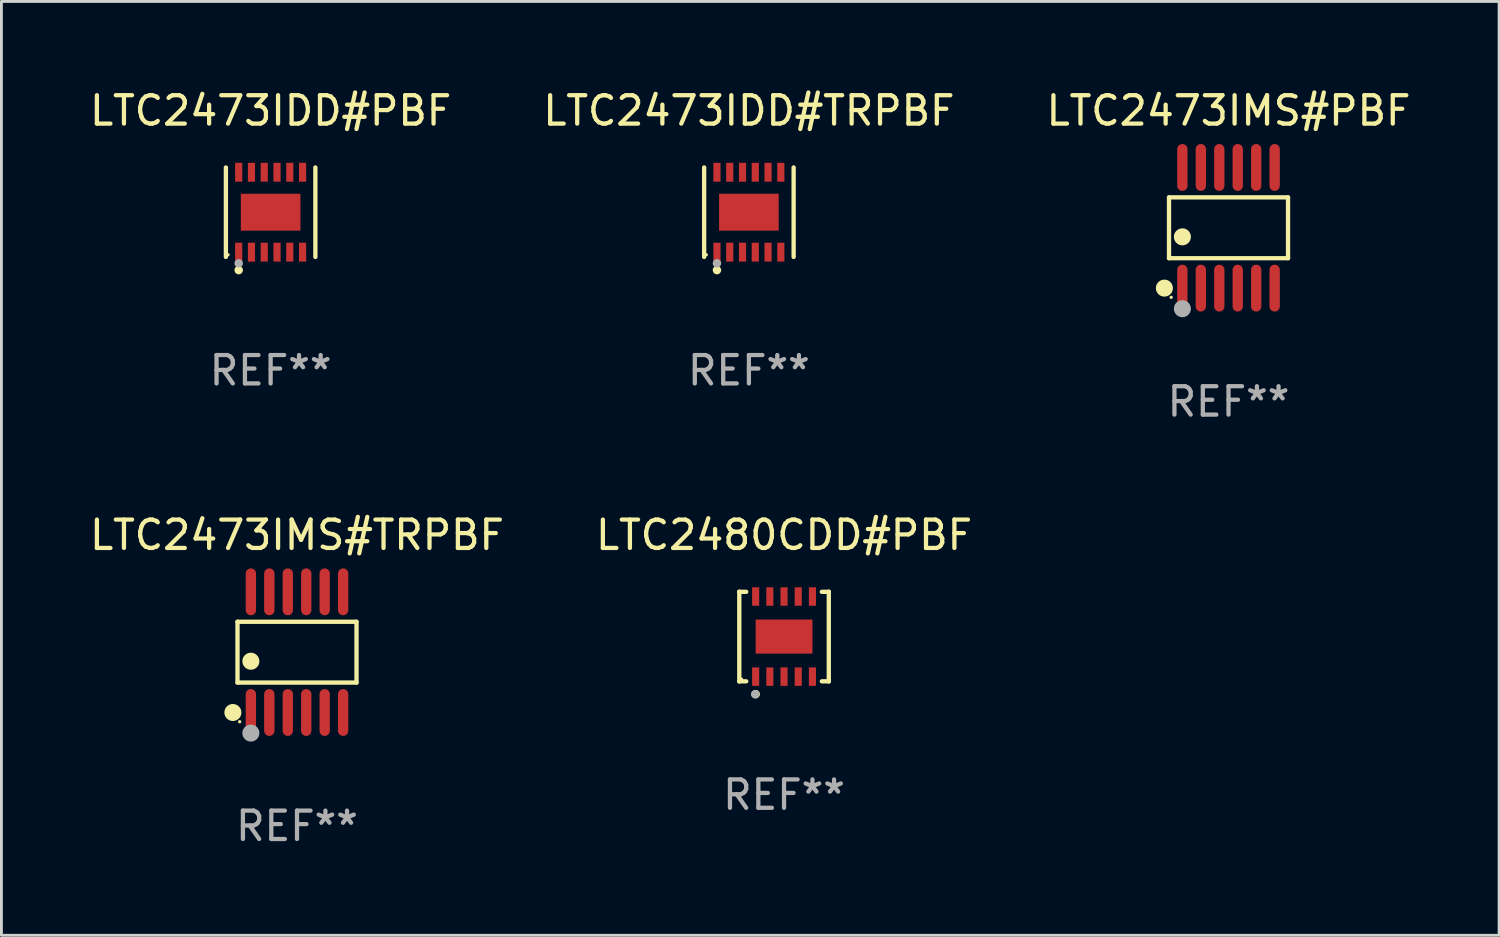
<source format=kicad_pcb>
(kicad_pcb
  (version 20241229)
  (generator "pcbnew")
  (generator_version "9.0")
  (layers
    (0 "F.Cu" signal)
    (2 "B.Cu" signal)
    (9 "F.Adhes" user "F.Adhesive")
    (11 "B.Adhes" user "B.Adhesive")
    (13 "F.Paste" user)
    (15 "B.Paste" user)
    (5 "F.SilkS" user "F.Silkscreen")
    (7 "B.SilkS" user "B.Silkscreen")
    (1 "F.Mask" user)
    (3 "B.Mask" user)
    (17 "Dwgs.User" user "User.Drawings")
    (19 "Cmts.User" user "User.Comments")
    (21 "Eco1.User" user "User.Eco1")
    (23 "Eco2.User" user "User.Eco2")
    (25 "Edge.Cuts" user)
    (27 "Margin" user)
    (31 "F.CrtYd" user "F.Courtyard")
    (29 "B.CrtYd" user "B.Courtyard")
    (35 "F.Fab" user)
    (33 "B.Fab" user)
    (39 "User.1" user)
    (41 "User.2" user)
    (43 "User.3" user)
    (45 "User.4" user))
  (footprint "LTC2473IDD#PBF"
    (layer "F.Cu")
    (at 6.482 4.424)
    (property "Reference" "LTC2473IDD#PBF" (at 0 -3.576 0) (layer "F.SilkS") (effects (font (size 1 1) (thickness 0.15))))
    (attr through_hole)
    (fp_line (start -1.576 1.576) (end -1.576 -1.576) (stroke (width 0.152) (type solid)) (layer "F.SilkS"))
    (fp_line (start 1.576 1.576) (end 1.576 -1.576) (stroke (width 0.152) (type solid)) (layer "F.SilkS"))
    (fp_circle (center -1.5 1.5) (end -1.47 1.5) (stroke (width 0.06) (type solid)) (fill no) (layer "F.SilkS"))
    (fp_circle (center -1.125 2.04) (end -1.05 2.04) (stroke (width 0.15) (type solid)) (fill no) (layer "F.SilkS"))
    (fp_circle (center -1.125 1.8) (end -1.05 1.8) (stroke (width 0.15) (type solid)) (fill no) (layer "F.Fab"))
    (fp_text user "REF**" (at 0 5.576 0) (layer "F.Fab") (effects (font (size 1 1) (thickness 0.15))))
    (pad "1" smd rect (at -1.125 1.407) (size 0.252 0.665) (layers "F.Cu" "F.Mask" "F.Paste"))
    (pad "2" smd rect (at -0.675 1.407) (size 0.252 0.665) (layers "F.Cu" "F.Mask" "F.Paste"))
    (pad "3" smd rect (at -0.225 1.407) (size 0.252 0.665) (layers "F.Cu" "F.Mask" "F.Paste"))
    (pad "4" smd rect (at 0.225 1.407) (size 0.252 0.665) (layers "F.Cu" "F.Mask" "F.Paste"))
    (pad "5" smd rect (at 0.675 1.407) (size 0.252 0.665) (layers "F.Cu" "F.Mask" "F.Paste"))
    (pad "6" smd rect (at 1.125 1.407) (size 0.252 0.665) (layers "F.Cu" "F.Mask" "F.Paste"))
    (pad "7" smd rect (at 1.125 -1.407) (size 0.252 0.665) (layers "F.Cu" "F.Mask" "F.Paste"))
    (pad "8" smd rect (at 0.675 -1.407) (size 0.252 0.665) (layers "F.Cu" "F.Mask" "F.Paste"))
    (pad "9" smd rect (at 0.225 -1.407) (size 0.252 0.665) (layers "F.Cu" "F.Mask" "F.Paste"))
    (pad "10" smd rect (at -0.225 -1.407) (size 0.252 0.665) (layers "F.Cu" "F.Mask" "F.Paste"))
    (pad "11" smd rect (at -0.675 -1.407) (size 0.252 0.665) (layers "F.Cu" "F.Mask" "F.Paste"))
    (pad "12" smd rect (at -1.125 -1.407) (size 0.252 0.665) (layers "F.Cu" "F.Mask" "F.Paste"))
    (pad "13" smd rect (at 0 0) (size 2.1 1.3) (layers "F.Cu" "F.Mask" "F.Paste")))
  (footprint "LTC2473IMS#PBF"
    (layer "F.Cu")
    (at 40.22 4.973)
    (property "Reference" "LTC2473IMS#PBF" (at 0 -4.125 0) (layer "F.SilkS") (effects (font (size 1 1) (thickness 0.15))))
    (attr through_hole)
    (fp_line (start -2.096 -1.071) (end 2.096 -1.071) (stroke (width 0.152) (type solid)) (layer "F.SilkS"))
    (fp_line (start -2.096 1.071) (end -2.096 -1.071) (stroke (width 0.152) (type solid)) (layer "F.SilkS"))
    (fp_line (start 2.096 -1.071) (end 2.096 1.071) (stroke (width 0.152) (type solid)) (layer "F.SilkS"))
    (fp_line (start 2.096 1.071) (end -2.096 1.071) (stroke (width 0.152) (type solid)) (layer "F.SilkS"))
    (fp_circle (center -2.259 2.125) (end -2.109 2.125) (stroke (width 0.3) (type solid)) (fill no) (layer "F.SilkS"))
    (fp_circle (center -2.02 2.45) (end -1.99 2.45) (stroke (width 0.06) (type solid)) (fill no) (layer "F.SilkS"))
    (fp_circle (center -1.625 0.319) (end -1.475 0.319) (stroke (width 0.3) (type solid)) (fill no) (layer "F.SilkS"))
    (fp_circle (center -1.625 2.85) (end -1.475 2.85) (stroke (width 0.3) (type solid)) (fill no) (layer "F.Fab"))
    (fp_text user "REF**" (at 0 6.125 0) (layer "F.Fab") (effects (font (size 1 1) (thickness 0.15))))
    (pad "1" smd oval (at -1.625 2.125) (size 0.364 1.65) (layers "F.Cu" "F.Mask" "F.Paste"))
    (pad "2" smd oval (at -0.975 2.125) (size 0.364 1.65) (layers "F.Cu" "F.Mask" "F.Paste"))
    (pad "3" smd oval (at -0.325 2.125) (size 0.364 1.65) (layers "F.Cu" "F.Mask" "F.Paste"))
    (pad "4" smd oval (at 0.325 2.125) (size 0.364 1.65) (layers "F.Cu" "F.Mask" "F.Paste"))
    (pad "5" smd oval (at 0.975 2.125) (size 0.364 1.65) (layers "F.Cu" "F.Mask" "F.Paste"))
    (pad "6" smd oval (at 1.625 2.125) (size 0.364 1.65) (layers "F.Cu" "F.Mask" "F.Paste"))
    (pad "7" smd oval (at 1.625 -2.125) (size 0.364 1.65) (layers "F.Cu" "F.Mask" "F.Paste"))
    (pad "8" smd oval (at 0.975 -2.125) (size 0.364 1.65) (layers "F.Cu" "F.Mask" "F.Paste"))
    (pad "9" smd oval (at 0.325 -2.125) (size 0.364 1.65) (layers "F.Cu" "F.Mask" "F.Paste"))
    (pad "10" smd oval (at -0.325 -2.125) (size 0.364 1.65) (layers "F.Cu" "F.Mask" "F.Paste"))
    (pad "11" smd oval (at -0.975 -2.125) (size 0.364 1.65) (layers "F.Cu" "F.Mask" "F.Paste"))
    (pad "12" smd oval (at -1.625 -2.125) (size 0.364 1.65) (layers "F.Cu" "F.Mask" "F.Paste")))
  (footprint "LTC2473IDD#TRPBF"
    (layer "F.Cu")
    (at 23.327 4.424)
    (property "Reference" "LTC2473IDD#TRPBF" (at 0 -3.576 0) (layer "F.SilkS") (effects (font (size 1 1) (thickness 0.15))))
    (attr through_hole)
    (fp_line (start -1.576 1.576) (end -1.576 -1.576) (stroke (width 0.152) (type solid)) (layer "F.SilkS"))
    (fp_line (start 1.576 1.576) (end 1.576 -1.576) (stroke (width 0.152) (type solid)) (layer "F.SilkS"))
    (fp_circle (center -1.5 1.5) (end -1.47 1.5) (stroke (width 0.06) (type solid)) (fill no) (layer "F.SilkS"))
    (fp_circle (center -1.125 2.04) (end -1.05 2.04) (stroke (width 0.15) (type solid)) (fill no) (layer "F.SilkS"))
    (fp_circle (center -1.125 1.8) (end -1.05 1.8) (stroke (width 0.15) (type solid)) (fill no) (layer "F.Fab"))
    (fp_text user "REF**" (at 0 5.576 0) (layer "F.Fab") (effects (font (size 1 1) (thickness 0.15))))
    (pad "1" smd rect (at -1.125 1.407) (size 0.252 0.665) (layers "F.Cu" "F.Mask" "F.Paste"))
    (pad "2" smd rect (at -0.675 1.407) (size 0.252 0.665) (layers "F.Cu" "F.Mask" "F.Paste"))
    (pad "3" smd rect (at -0.225 1.407) (size 0.252 0.665) (layers "F.Cu" "F.Mask" "F.Paste"))
    (pad "4" smd rect (at 0.225 1.407) (size 0.252 0.665) (layers "F.Cu" "F.Mask" "F.Paste"))
    (pad "5" smd rect (at 0.675 1.407) (size 0.252 0.665) (layers "F.Cu" "F.Mask" "F.Paste"))
    (pad "6" smd rect (at 1.125 1.407) (size 0.252 0.665) (layers "F.Cu" "F.Mask" "F.Paste"))
    (pad "7" smd rect (at 1.125 -1.407) (size 0.252 0.665) (layers "F.Cu" "F.Mask" "F.Paste"))
    (pad "8" smd rect (at 0.675 -1.407) (size 0.252 0.665) (layers "F.Cu" "F.Mask" "F.Paste"))
    (pad "9" smd rect (at 0.225 -1.407) (size 0.252 0.665) (layers "F.Cu" "F.Mask" "F.Paste"))
    (pad "10" smd rect (at -0.225 -1.407) (size 0.252 0.665) (layers "F.Cu" "F.Mask" "F.Paste"))
    (pad "11" smd rect (at -0.675 -1.407) (size 0.252 0.665) (layers "F.Cu" "F.Mask" "F.Paste"))
    (pad "12" smd rect (at -1.125 -1.407) (size 0.252 0.665) (layers "F.Cu" "F.Mask" "F.Paste"))
    (pad "13" smd rect (at 0 0) (size 2.1 1.3) (layers "F.Cu" "F.Mask" "F.Paste")))
  (footprint "LTC2473IMS#TRPBF"
    (layer "F.Cu")
    (at 7.411 19.92)
    (property "Reference" "LTC2473IMS#TRPBF" (at 0 -4.125 0) (layer "F.SilkS") (effects (font (size 1 1) (thickness 0.15))))
    (attr through_hole)
    (fp_line (start -2.096 -1.071) (end 2.096 -1.071) (stroke (width 0.152) (type solid)) (layer "F.SilkS"))
    (fp_line (start -2.096 1.071) (end -2.096 -1.071) (stroke (width 0.152) (type solid)) (layer "F.SilkS"))
    (fp_line (start 2.096 -1.071) (end 2.096 1.071) (stroke (width 0.152) (type solid)) (layer "F.SilkS"))
    (fp_line (start 2.096 1.071) (end -2.096 1.071) (stroke (width 0.152) (type solid)) (layer "F.SilkS"))
    (fp_circle (center -2.259 2.125) (end -2.109 2.125) (stroke (width 0.3) (type solid)) (fill no) (layer "F.SilkS"))
    (fp_circle (center -2.02 2.45) (end -1.99 2.45) (stroke (width 0.06) (type solid)) (fill no) (layer "F.SilkS"))
    (fp_circle (center -1.625 0.319) (end -1.475 0.319) (stroke (width 0.3) (type solid)) (fill no) (layer "F.SilkS"))
    (fp_circle (center -1.625 2.85) (end -1.475 2.85) (stroke (width 0.3) (type solid)) (fill no) (layer "F.Fab"))
    (fp_text user "REF**" (at 0 6.125 0) (layer "F.Fab") (effects (font (size 1 1) (thickness 0.15))))
    (pad "1" smd oval (at -1.625 2.125) (size 0.364 1.65) (layers "F.Cu" "F.Mask" "F.Paste"))
    (pad "2" smd oval (at -0.975 2.125) (size 0.364 1.65) (layers "F.Cu" "F.Mask" "F.Paste"))
    (pad "3" smd oval (at -0.325 2.125) (size 0.364 1.65) (layers "F.Cu" "F.Mask" "F.Paste"))
    (pad "4" smd oval (at 0.325 2.125) (size 0.364 1.65) (layers "F.Cu" "F.Mask" "F.Paste"))
    (pad "5" smd oval (at 0.975 2.125) (size 0.364 1.65) (layers "F.Cu" "F.Mask" "F.Paste"))
    (pad "6" smd oval (at 1.625 2.125) (size 0.364 1.65) (layers "F.Cu" "F.Mask" "F.Paste"))
    (pad "7" smd oval (at 1.625 -2.125) (size 0.364 1.65) (layers "F.Cu" "F.Mask" "F.Paste"))
    (pad "8" smd oval (at 0.975 -2.125) (size 0.364 1.65) (layers "F.Cu" "F.Mask" "F.Paste"))
    (pad "9" smd oval (at 0.325 -2.125) (size 0.364 1.65) (layers "F.Cu" "F.Mask" "F.Paste"))
    (pad "10" smd oval (at -0.325 -2.125) (size 0.364 1.65) (layers "F.Cu" "F.Mask" "F.Paste"))
    (pad "11" smd oval (at -0.975 -2.125) (size 0.364 1.65) (layers "F.Cu" "F.Mask" "F.Paste"))
    (pad "12" smd oval (at -1.625 -2.125) (size 0.364 1.65) (layers "F.Cu" "F.Mask" "F.Paste")))
  (footprint "LTC2480CDD#PBF"
    (layer "F.Cu")
    (at 24.565 19.371)
    (property "Reference" "LTC2480CDD#PBF" (at 0 -3.576 0) (layer "F.SilkS") (effects (font (size 1 1) (thickness 0.15))))
    (attr through_hole)
    (fp_line (start -1.576 -1.576) (end -1.576 -1.576) (stroke (width 0.152) (type solid)) (layer "F.SilkS"))
    (fp_line (start -1.576 -1.576) (end -1.331 -1.576) (stroke (width 0.152) (type solid)) (layer "F.SilkS"))
    (fp_line (start -1.576 1.576) (end -1.576 -1.576) (stroke (width 0.152) (type solid)) (layer "F.SilkS"))
    (fp_line (start -1.576 1.576) (end -1.576 1.576) (stroke (width 0.152) (type solid)) (layer "F.SilkS"))
    (fp_line (start -1.331 1.576) (end -1.576 1.576) (stroke (width 0.152) (type solid)) (layer "F.SilkS"))
    (fp_line (start 1.331 1.576) (end 1.576 1.576) (stroke (width 0.152) (type solid)) (layer "F.SilkS"))
    (fp_line (start 1.576 -1.576) (end 1.331 -1.576) (stroke (width 0.152) (type solid)) (layer "F.SilkS"))
    (fp_line (start 1.576 -1.576) (end 1.576 -1.576) (stroke (width 0.152) (type solid)) (layer "F.SilkS"))
    (fp_line (start 1.576 1.576) (end 1.576 -1.576) (stroke (width 0.152) (type solid)) (layer "F.SilkS"))
    (fp_line (start 1.576 1.576) (end 1.576 1.576) (stroke (width 0.152) (type solid)) (layer "F.SilkS"))
    (fp_circle (center -1.5 1.5) (end -1.47 1.5) (stroke (width 0.06) (type solid)) (fill no) (layer "F.SilkS"))
    (fp_circle (center -1 2.028) (end -0.925 2.028) (stroke (width 0.15) (type solid)) (fill no) (layer "F.SilkS"))
    (fp_circle (center -1.016 2.032) (end -0.941 2.032) (stroke (width 0.15) (type solid)) (fill no) (layer "F.Fab"))
    (fp_text user "REF**" (at 0 5.576 0) (layer "F.Fab") (effects (font (size 1 1) (thickness 0.15))))
    (pad "1" smd rect (at -1 1.411) (size 0.25 0.65) (layers "F.Cu" "F.Mask" "F.Paste"))
    (pad "2" smd rect (at -0.5 1.411) (size 0.25 0.65) (layers "F.Cu" "F.Mask" "F.Paste"))
    (pad "3" smd rect (at 0 1.411) (size 0.25 0.65) (layers "F.Cu" "F.Mask" "F.Paste"))
    (pad "4" smd rect (at 0.5 1.411) (size 0.25 0.65) (layers "F.Cu" "F.Mask" "F.Paste"))
    (pad "5" smd rect (at 1 1.411) (size 0.25 0.65) (layers "F.Cu" "F.Mask" "F.Paste"))
    (pad "6" smd rect (at 1 -1.411) (size 0.25 0.65) (layers "F.Cu" "F.Mask" "F.Paste"))
    (pad "7" smd rect (at 0.5 -1.411) (size 0.25 0.65) (layers "F.Cu" "F.Mask" "F.Paste"))
    (pad "8" smd rect (at 0 -1.411) (size 0.25 0.65) (layers "F.Cu" "F.Mask" "F.Paste"))
    (pad "9" smd rect (at -0.5 -1.411) (size 0.25 0.65) (layers "F.Cu" "F.Mask" "F.Paste"))
    (pad "10" smd rect (at -1 -1.411) (size 0.25 0.65) (layers "F.Cu" "F.Mask" "F.Paste"))
    (pad "11" smd rect (at 0 0) (size 2 1.2) (layers "F.Cu" "F.Mask" "F.Paste")))
  (gr_rect
    (start -3 -3)
    (end 49.75 29.893)
    (stroke (width 0.1) (type default))
    (fill no)
    (layer "Edge.Cuts")))
</source>
